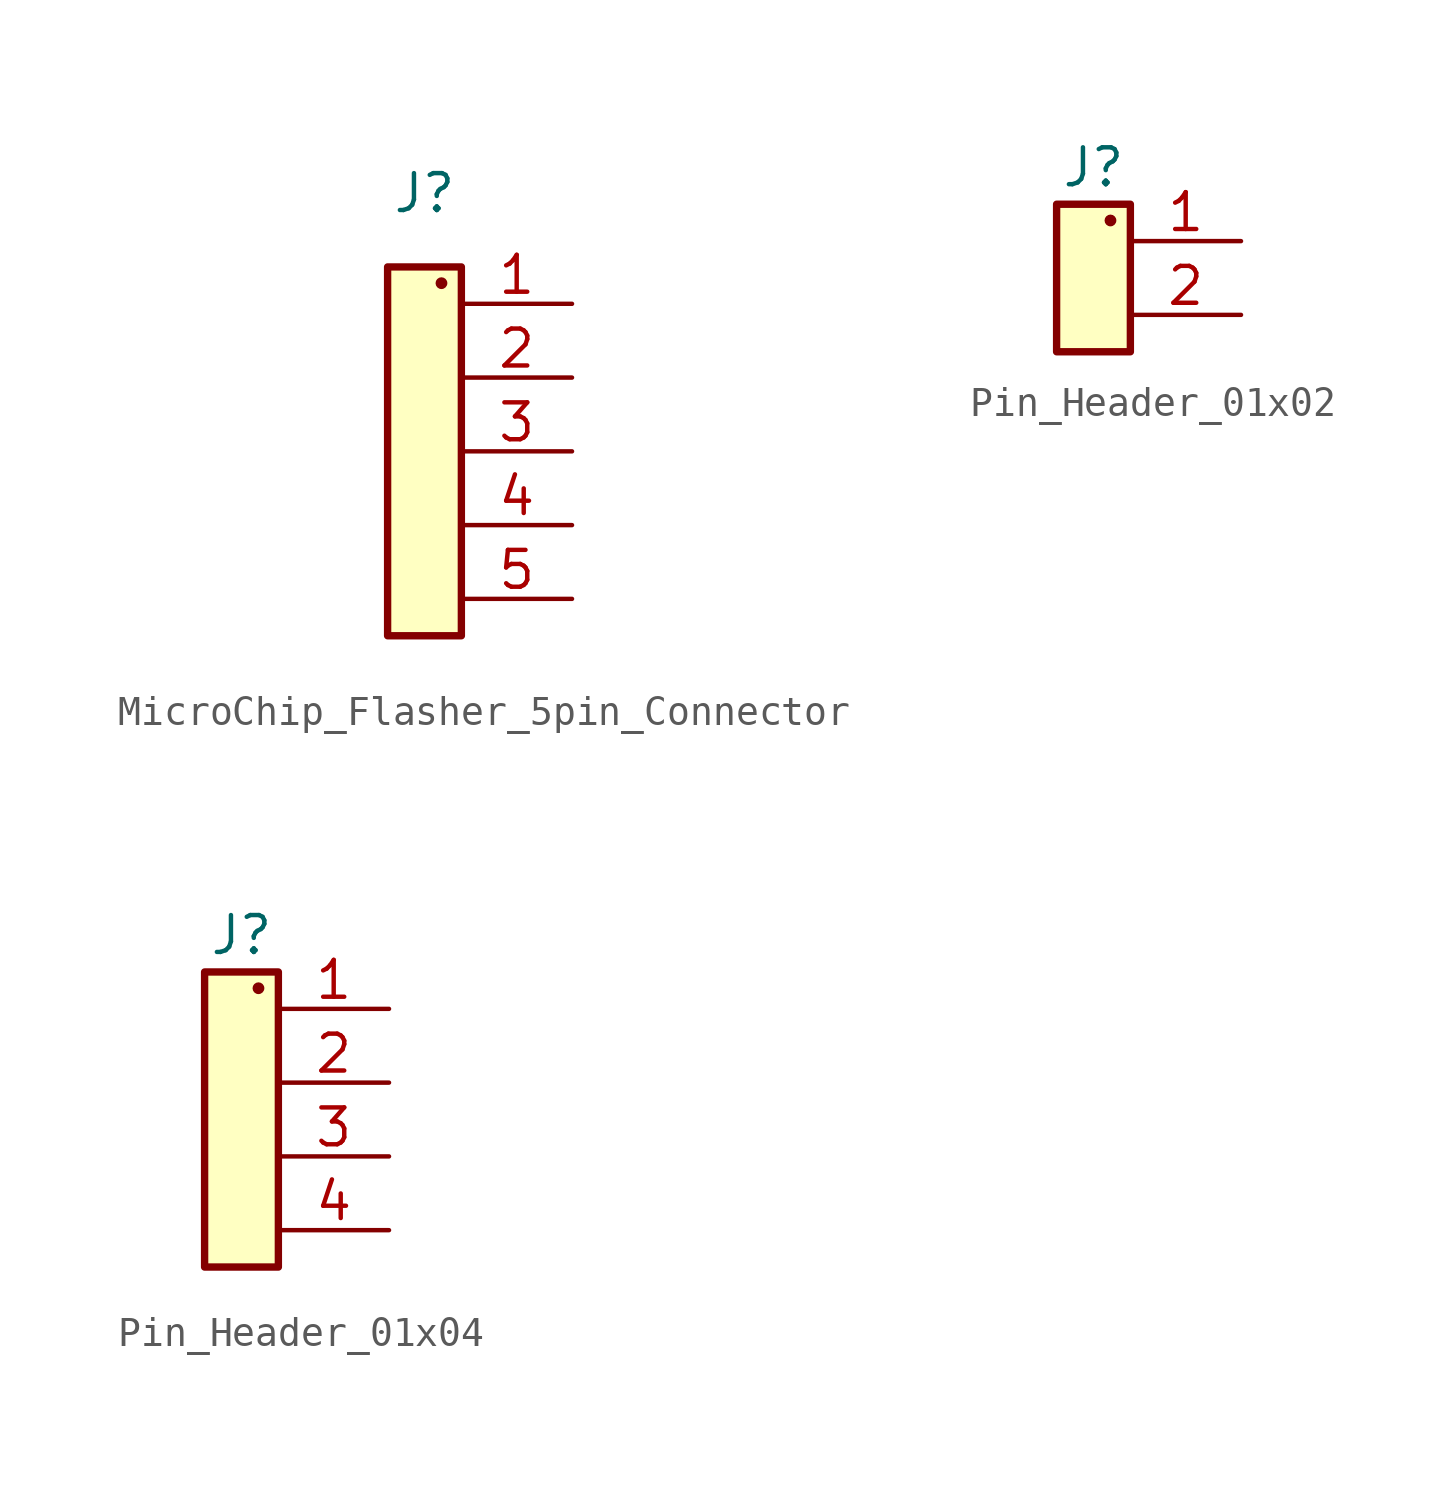
<source format=kicad_sym>
(kicad_symbol_lib
  (version 20220914)
  (generator kicad_symbol_editor)
  (symbol "MicroChip_Flasher_5pin_Connector"
    (pin_names hide)
    (property "Reference" "J"
      (at -5.08 3.81 0)
      (effects (font (size 1.27 1.27))))
    (property "Value" ""
      (at -5.08 2.54 0)
      (effects (font (size 1.27 1.27))))
    (symbol "MicroChip_Flasher_5pin_Connector_0_1"
      (circle (center -4.496 0.711) (radius 0.127) (stroke (width 0) (type default)) (fill (type outline))))
    (symbol "MicroChip_Flasher_5pin_Connector_1_1"
      (rectangle (start -6.35 1.27) (end -3.81 -11.43) (stroke (width 0.254) (type default)) (fill (type background)))
      (pin passive line (at 0 0 180) (length 3.81) (name "Pin_1" (effects (font (size 1.27 1.27)))) (number "1" (effects (font (size 1.27 1.27)))))
      (pin passive line (at 0 -2.54 180) (length 3.81) (name "Pin_2" (effects (font (size 1.27 1.27)))) (number "2" (effects (font (size 1.27 1.27)))))
      (pin passive line (at 0 -5.08 180) (length 3.81) (name "Pin_2" (effects (font (size 1.27 1.27)))) (number "3" (effects (font (size 1.27 1.27)))))
      (pin passive line (at 0 -7.62 180) (length 3.81) (name "Pin_2" (effects (font (size 1.27 1.27)))) (number "4" (effects (font (size 1.27 1.27)))))
      (pin passive line (at 0 -10.16 180) (length 3.81) (name "Pin_2" (effects (font (size 1.27 1.27)))) (number "5" (effects (font (size 1.27 1.27)))))))
  (symbol "Pin_Header_01x02"
    (pin_names hide)
    (property "Reference" "J"
      (at -5.08 2.54 0)
      (effects (font (size 1.27 1.27))))
    (symbol "Pin_Header_01x02_0_1"
      (circle (center -4.496 0.711) (radius 0.127) (stroke (width 0) (type default)) (fill (type outline))))
    (symbol "Pin_Header_01x02_1_1"
      (rectangle (start -6.35 1.27) (end -3.81 -3.81) (stroke (width 0.254) (type default)) (fill (type background)))
      (pin passive line (at 0 0 180) (length 3.81) (name "Pin_1" (effects (font (size 1.27 1.27)))) (number "1" (effects (font (size 1.27 1.27)))))
      (pin passive line (at 0 -2.54 180) (length 3.81) (name "Pin_2" (effects (font (size 1.27 1.27)))) (number "2" (effects (font (size 1.27 1.27)))))))
  (symbol "Pin_Header_01x04"
    (pin_names hide)
    (property "Reference" "J"
      (at -5.08 2.54 0)
      (effects (font (size 1.27 1.27))))
    (property "Value" ""
      (at 0 0 0)
      (effects (font (size 1.27 1.27))))
    (symbol "Pin_Header_01x04_0_1"
      (circle (center -4.496 0.711) (radius 0.127) (stroke (width 0) (type default)) (fill (type outline))))
    (symbol "Pin_Header_01x04_1_1"
      (rectangle (start -6.35 1.27) (end -3.81 -8.89) (stroke (width 0.254) (type default)) (fill (type background)))
      (pin passive line (at 0 0 180) (length 3.81) (name "Pin_1" (effects (font (size 1.27 1.27)))) (number "1" (effects (font (size 1.27 1.27)))))
      (pin passive line (at 0 -2.54 180) (length 3.81) (name "Pin_2" (effects (font (size 1.27 1.27)))) (number "2" (effects (font (size 1.27 1.27)))))
      (pin passive line (at 0 -5.08 180) (length 3.81) (name "Pin_2" (effects (font (size 1.27 1.27)))) (number "3" (effects (font (size 1.27 1.27)))))
      (pin passive line (at 0 -7.62 180) (length 3.81) (name "Pin_2" (effects (font (size 1.27 1.27)))) (number "4" (effects (font (size 1.27 1.27))))))))
</source>
